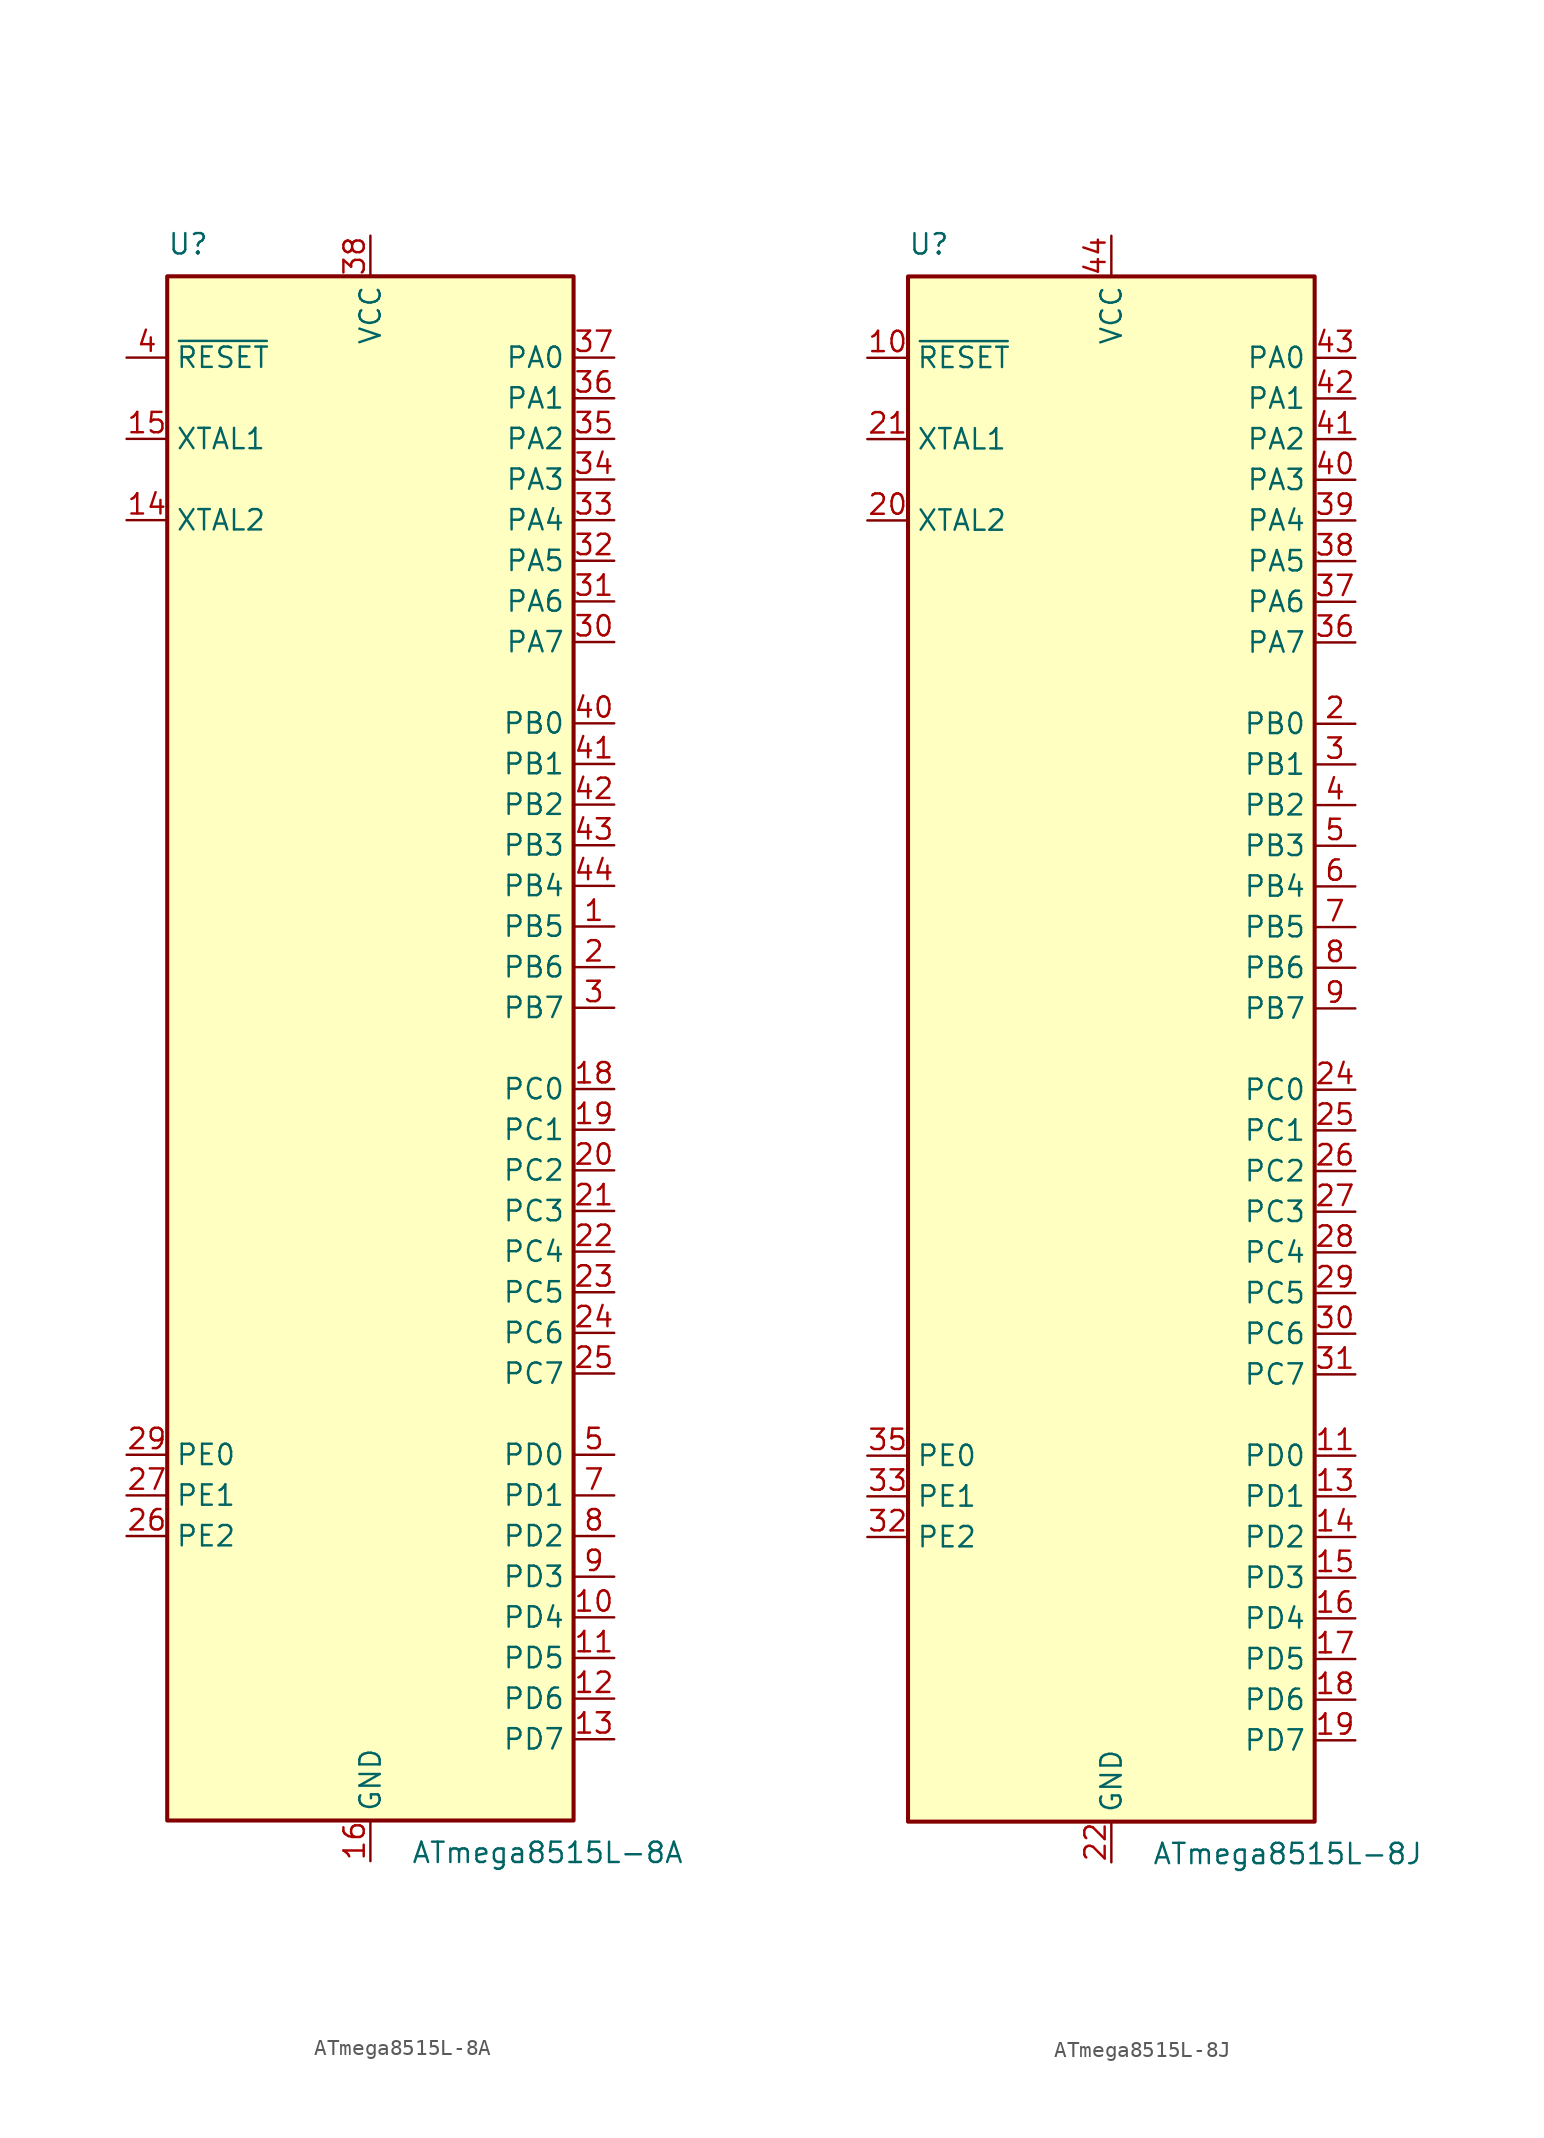
<source format=kicad_sym>
(kicad_symbol_lib
  (version 20201005)
  (generator kicad_symbol_editor)
  (symbol "ATmega8515L-8A"
    (property "Reference" "U"
      (at -12.7 49.53 0)
      (effects (font (size 1.27 1.27)) (justify left bottom)))
    (property "Value" "ATmega8515L-8A"
      (at 2.54 -49.53 0)
      (effects (font (size 1.27 1.27)) (justify left top)))
    (symbol "ATmega8515L-8A_0_1"
      (rectangle (start -12.7 -48.26) (end 12.7 48.26) (stroke (width 0.254)) (fill (type background))))
    (symbol "ATmega8515L-8A_1_1"
      (pin bidirectional line (at 15.24 7.62 180) (length 2.54) (name "PB5" (effects (font (size 1.27 1.27)))) (number "1" (effects (font (size 1.27 1.27)))))
      (pin bidirectional line (at 15.24 -35.56 180) (length 2.54) (name "PD4" (effects (font (size 1.27 1.27)))) (number "10" (effects (font (size 1.27 1.27)))))
      (pin bidirectional line (at 15.24 -38.1 180) (length 2.54) (name "PD5" (effects (font (size 1.27 1.27)))) (number "11" (effects (font (size 1.27 1.27)))))
      (pin bidirectional line (at 15.24 -40.64 180) (length 2.54) (name "PD6" (effects (font (size 1.27 1.27)))) (number "12" (effects (font (size 1.27 1.27)))))
      (pin bidirectional line (at 15.24 -43.18 180) (length 2.54) (name "PD7" (effects (font (size 1.27 1.27)))) (number "13" (effects (font (size 1.27 1.27)))))
      (pin output line (at -15.24 33.02 0) (length 2.54) (name "XTAL2" (effects (font (size 1.27 1.27)))) (number "14" (effects (font (size 1.27 1.27)))))
      (pin input line (at -15.24 38.1 0) (length 2.54) (name "XTAL1" (effects (font (size 1.27 1.27)))) (number "15" (effects (font (size 1.27 1.27)))))
      (pin power_in line (at 0 -50.8 90) (length 2.54) (name "GND" (effects (font (size 1.27 1.27)))) (number "16" (effects (font (size 1.27 1.27)))))
      (pin no_connect line (at -12.7 -40.64 0) (length 2.54) hide (name "NC" (effects (font (size 1.27 1.27)))) (number "17" (effects (font (size 1.27 1.27)))))
      (pin bidirectional line (at 15.24 -2.54 180) (length 2.54) (name "PC0" (effects (font (size 1.27 1.27)))) (number "18" (effects (font (size 1.27 1.27)))))
      (pin bidirectional line (at 15.24 -5.08 180) (length 2.54) (name "PC1" (effects (font (size 1.27 1.27)))) (number "19" (effects (font (size 1.27 1.27)))))
      (pin bidirectional line (at 15.24 5.08 180) (length 2.54) (name "PB6" (effects (font (size 1.27 1.27)))) (number "2" (effects (font (size 1.27 1.27)))))
      (pin bidirectional line (at 15.24 -7.62 180) (length 2.54) (name "PC2" (effects (font (size 1.27 1.27)))) (number "20" (effects (font (size 1.27 1.27)))))
      (pin bidirectional line (at 15.24 -10.16 180) (length 2.54) (name "PC3" (effects (font (size 1.27 1.27)))) (number "21" (effects (font (size 1.27 1.27)))))
      (pin bidirectional line (at 15.24 -12.7 180) (length 2.54) (name "PC4" (effects (font (size 1.27 1.27)))) (number "22" (effects (font (size 1.27 1.27)))))
      (pin bidirectional line (at 15.24 -15.24 180) (length 2.54) (name "PC5" (effects (font (size 1.27 1.27)))) (number "23" (effects (font (size 1.27 1.27)))))
      (pin bidirectional line (at 15.24 -17.78 180) (length 2.54) (name "PC6" (effects (font (size 1.27 1.27)))) (number "24" (effects (font (size 1.27 1.27)))))
      (pin bidirectional line (at 15.24 -20.32 180) (length 2.54) (name "PC7" (effects (font (size 1.27 1.27)))) (number "25" (effects (font (size 1.27 1.27)))))
      (pin bidirectional line (at -15.24 -30.48 0) (length 2.54) (name "PE2" (effects (font (size 1.27 1.27)))) (number "26" (effects (font (size 1.27 1.27)))))
      (pin bidirectional line (at -15.24 -27.94 0) (length 2.54) (name "PE1" (effects (font (size 1.27 1.27)))) (number "27" (effects (font (size 1.27 1.27)))))
      (pin no_connect line (at -12.7 -43.18 0) (length 2.54) hide (name "NC" (effects (font (size 1.27 1.27)))) (number "28" (effects (font (size 1.27 1.27)))))
      (pin bidirectional line (at -15.24 -25.4 0) (length 2.54) (name "PE0" (effects (font (size 1.27 1.27)))) (number "29" (effects (font (size 1.27 1.27)))))
      (pin bidirectional line (at 15.24 2.54 180) (length 2.54) (name "PB7" (effects (font (size 1.27 1.27)))) (number "3" (effects (font (size 1.27 1.27)))))
      (pin bidirectional line (at 15.24 25.4 180) (length 2.54) (name "PA7" (effects (font (size 1.27 1.27)))) (number "30" (effects (font (size 1.27 1.27)))))
      (pin bidirectional line (at 15.24 27.94 180) (length 2.54) (name "PA6" (effects (font (size 1.27 1.27)))) (number "31" (effects (font (size 1.27 1.27)))))
      (pin bidirectional line (at 15.24 30.48 180) (length 2.54) (name "PA5" (effects (font (size 1.27 1.27)))) (number "32" (effects (font (size 1.27 1.27)))))
      (pin bidirectional line (at 15.24 33.02 180) (length 2.54) (name "PA4" (effects (font (size 1.27 1.27)))) (number "33" (effects (font (size 1.27 1.27)))))
      (pin bidirectional line (at 15.24 35.56 180) (length 2.54) (name "PA3" (effects (font (size 1.27 1.27)))) (number "34" (effects (font (size 1.27 1.27)))))
      (pin bidirectional line (at 15.24 38.1 180) (length 2.54) (name "PA2" (effects (font (size 1.27 1.27)))) (number "35" (effects (font (size 1.27 1.27)))))
      (pin bidirectional line (at 15.24 40.64 180) (length 2.54) (name "PA1" (effects (font (size 1.27 1.27)))) (number "36" (effects (font (size 1.27 1.27)))))
      (pin bidirectional line (at 15.24 43.18 180) (length 2.54) (name "PA0" (effects (font (size 1.27 1.27)))) (number "37" (effects (font (size 1.27 1.27)))))
      (pin power_in line (at 0 50.8 270) (length 2.54) (name "VCC" (effects (font (size 1.27 1.27)))) (number "38" (effects (font (size 1.27 1.27)))))
      (pin no_connect line (at -12.7 -45.72 0) (length 2.54) hide (name "NC" (effects (font (size 1.27 1.27)))) (number "39" (effects (font (size 1.27 1.27)))))
      (pin input line (at -15.24 43.18 0) (length 2.54) (name "~RESET" (effects (font (size 1.27 1.27)))) (number "4" (effects (font (size 1.27 1.27)))))
      (pin bidirectional line (at 15.24 20.32 180) (length 2.54) (name "PB0" (effects (font (size 1.27 1.27)))) (number "40" (effects (font (size 1.27 1.27)))))
      (pin bidirectional line (at 15.24 17.78 180) (length 2.54) (name "PB1" (effects (font (size 1.27 1.27)))) (number "41" (effects (font (size 1.27 1.27)))))
      (pin bidirectional line (at 15.24 15.24 180) (length 2.54) (name "PB2" (effects (font (size 1.27 1.27)))) (number "42" (effects (font (size 1.27 1.27)))))
      (pin bidirectional line (at 15.24 12.7 180) (length 2.54) (name "PB3" (effects (font (size 1.27 1.27)))) (number "43" (effects (font (size 1.27 1.27)))))
      (pin bidirectional line (at 15.24 10.16 180) (length 2.54) (name "PB4" (effects (font (size 1.27 1.27)))) (number "44" (effects (font (size 1.27 1.27)))))
      (pin bidirectional line (at 15.24 -25.4 180) (length 2.54) (name "PD0" (effects (font (size 1.27 1.27)))) (number "5" (effects (font (size 1.27 1.27)))))
      (pin no_connect line (at -12.7 -38.1 0) (length 2.54) hide (name "NC" (effects (font (size 1.27 1.27)))) (number "6" (effects (font (size 1.27 1.27)))))
      (pin bidirectional line (at 15.24 -27.94 180) (length 2.54) (name "PD1" (effects (font (size 1.27 1.27)))) (number "7" (effects (font (size 1.27 1.27)))))
      (pin bidirectional line (at 15.24 -30.48 180) (length 2.54) (name "PD2" (effects (font (size 1.27 1.27)))) (number "8" (effects (font (size 1.27 1.27)))))
      (pin bidirectional line (at 15.24 -33.02 180) (length 2.54) (name "PD3" (effects (font (size 1.27 1.27)))) (number "9" (effects (font (size 1.27 1.27)))))))
  (symbol "ATmega8515L-8J"
    (property "Reference" "U"
      (at -12.7 49.53 0)
      (effects (font (size 1.27 1.27)) (justify left bottom)))
    (property "Value" "ATmega8515L-8J"
      (at 2.54 -49.53 0)
      (effects (font (size 1.27 1.27)) (justify left top)))
    (symbol "ATmega8515L-8J_0_1"
      (rectangle (start -12.7 -48.26) (end 12.7 48.26) (stroke (width 0.254)) (fill (type background))))
    (symbol "ATmega8515L-8J_1_1"
      (pin no_connect line (at -12.7 -38.1 0) (length 2.54) hide (name "NC" (effects (font (size 1.27 1.27)))) (number "1" (effects (font (size 1.27 1.27)))))
      (pin input line (at -15.24 43.18 0) (length 2.54) (name "~RESET" (effects (font (size 1.27 1.27)))) (number "10" (effects (font (size 1.27 1.27)))))
      (pin bidirectional line (at 15.24 -25.4 180) (length 2.54) (name "PD0" (effects (font (size 1.27 1.27)))) (number "11" (effects (font (size 1.27 1.27)))))
      (pin no_connect line (at -12.7 -40.64 0) (length 2.54) hide (name "NC" (effects (font (size 1.27 1.27)))) (number "12" (effects (font (size 1.27 1.27)))))
      (pin bidirectional line (at 15.24 -27.94 180) (length 2.54) (name "PD1" (effects (font (size 1.27 1.27)))) (number "13" (effects (font (size 1.27 1.27)))))
      (pin bidirectional line (at 15.24 -30.48 180) (length 2.54) (name "PD2" (effects (font (size 1.27 1.27)))) (number "14" (effects (font (size 1.27 1.27)))))
      (pin bidirectional line (at 15.24 -33.02 180) (length 2.54) (name "PD3" (effects (font (size 1.27 1.27)))) (number "15" (effects (font (size 1.27 1.27)))))
      (pin bidirectional line (at 15.24 -35.56 180) (length 2.54) (name "PD4" (effects (font (size 1.27 1.27)))) (number "16" (effects (font (size 1.27 1.27)))))
      (pin bidirectional line (at 15.24 -38.1 180) (length 2.54) (name "PD5" (effects (font (size 1.27 1.27)))) (number "17" (effects (font (size 1.27 1.27)))))
      (pin bidirectional line (at 15.24 -40.64 180) (length 2.54) (name "PD6" (effects (font (size 1.27 1.27)))) (number "18" (effects (font (size 1.27 1.27)))))
      (pin bidirectional line (at 15.24 -43.18 180) (length 2.54) (name "PD7" (effects (font (size 1.27 1.27)))) (number "19" (effects (font (size 1.27 1.27)))))
      (pin bidirectional line (at 15.24 20.32 180) (length 2.54) (name "PB0" (effects (font (size 1.27 1.27)))) (number "2" (effects (font (size 1.27 1.27)))))
      (pin output line (at -15.24 33.02 0) (length 2.54) (name "XTAL2" (effects (font (size 1.27 1.27)))) (number "20" (effects (font (size 1.27 1.27)))))
      (pin input line (at -15.24 38.1 0) (length 2.54) (name "XTAL1" (effects (font (size 1.27 1.27)))) (number "21" (effects (font (size 1.27 1.27)))))
      (pin power_in line (at 0 -50.8 90) (length 2.54) (name "GND" (effects (font (size 1.27 1.27)))) (number "22" (effects (font (size 1.27 1.27)))))
      (pin no_connect line (at -12.7 -43.18 0) (length 2.54) hide (name "NC" (effects (font (size 1.27 1.27)))) (number "23" (effects (font (size 1.27 1.27)))))
      (pin bidirectional line (at 15.24 -2.54 180) (length 2.54) (name "PC0" (effects (font (size 1.27 1.27)))) (number "24" (effects (font (size 1.27 1.27)))))
      (pin bidirectional line (at 15.24 -5.08 180) (length 2.54) (name "PC1" (effects (font (size 1.27 1.27)))) (number "25" (effects (font (size 1.27 1.27)))))
      (pin bidirectional line (at 15.24 -7.62 180) (length 2.54) (name "PC2" (effects (font (size 1.27 1.27)))) (number "26" (effects (font (size 1.27 1.27)))))
      (pin bidirectional line (at 15.24 -10.16 180) (length 2.54) (name "PC3" (effects (font (size 1.27 1.27)))) (number "27" (effects (font (size 1.27 1.27)))))
      (pin bidirectional line (at 15.24 -12.7 180) (length 2.54) (name "PC4" (effects (font (size 1.27 1.27)))) (number "28" (effects (font (size 1.27 1.27)))))
      (pin bidirectional line (at 15.24 -15.24 180) (length 2.54) (name "PC5" (effects (font (size 1.27 1.27)))) (number "29" (effects (font (size 1.27 1.27)))))
      (pin bidirectional line (at 15.24 17.78 180) (length 2.54) (name "PB1" (effects (font (size 1.27 1.27)))) (number "3" (effects (font (size 1.27 1.27)))))
      (pin bidirectional line (at 15.24 -17.78 180) (length 2.54) (name "PC6" (effects (font (size 1.27 1.27)))) (number "30" (effects (font (size 1.27 1.27)))))
      (pin bidirectional line (at 15.24 -20.32 180) (length 2.54) (name "PC7" (effects (font (size 1.27 1.27)))) (number "31" (effects (font (size 1.27 1.27)))))
      (pin bidirectional line (at -15.24 -30.48 0) (length 2.54) (name "PE2" (effects (font (size 1.27 1.27)))) (number "32" (effects (font (size 1.27 1.27)))))
      (pin bidirectional line (at -15.24 -27.94 0) (length 2.54) (name "PE1" (effects (font (size 1.27 1.27)))) (number "33" (effects (font (size 1.27 1.27)))))
      (pin no_connect line (at -12.7 -45.72 0) (length 2.54) hide (name "NC" (effects (font (size 1.27 1.27)))) (number "34" (effects (font (size 1.27 1.27)))))
      (pin bidirectional line (at -15.24 -25.4 0) (length 2.54) (name "PE0" (effects (font (size 1.27 1.27)))) (number "35" (effects (font (size 1.27 1.27)))))
      (pin bidirectional line (at 15.24 25.4 180) (length 2.54) (name "PA7" (effects (font (size 1.27 1.27)))) (number "36" (effects (font (size 1.27 1.27)))))
      (pin bidirectional line (at 15.24 27.94 180) (length 2.54) (name "PA6" (effects (font (size 1.27 1.27)))) (number "37" (effects (font (size 1.27 1.27)))))
      (pin bidirectional line (at 15.24 30.48 180) (length 2.54) (name "PA5" (effects (font (size 1.27 1.27)))) (number "38" (effects (font (size 1.27 1.27)))))
      (pin bidirectional line (at 15.24 33.02 180) (length 2.54) (name "PA4" (effects (font (size 1.27 1.27)))) (number "39" (effects (font (size 1.27 1.27)))))
      (pin bidirectional line (at 15.24 15.24 180) (length 2.54) (name "PB2" (effects (font (size 1.27 1.27)))) (number "4" (effects (font (size 1.27 1.27)))))
      (pin bidirectional line (at 15.24 35.56 180) (length 2.54) (name "PA3" (effects (font (size 1.27 1.27)))) (number "40" (effects (font (size 1.27 1.27)))))
      (pin bidirectional line (at 15.24 38.1 180) (length 2.54) (name "PA2" (effects (font (size 1.27 1.27)))) (number "41" (effects (font (size 1.27 1.27)))))
      (pin bidirectional line (at 15.24 40.64 180) (length 2.54) (name "PA1" (effects (font (size 1.27 1.27)))) (number "42" (effects (font (size 1.27 1.27)))))
      (pin bidirectional line (at 15.24 43.18 180) (length 2.54) (name "PA0" (effects (font (size 1.27 1.27)))) (number "43" (effects (font (size 1.27 1.27)))))
      (pin power_in line (at 0 50.8 270) (length 2.54) (name "VCC" (effects (font (size 1.27 1.27)))) (number "44" (effects (font (size 1.27 1.27)))))
      (pin bidirectional line (at 15.24 12.7 180) (length 2.54) (name "PB3" (effects (font (size 1.27 1.27)))) (number "5" (effects (font (size 1.27 1.27)))))
      (pin bidirectional line (at 15.24 10.16 180) (length 2.54) (name "PB4" (effects (font (size 1.27 1.27)))) (number "6" (effects (font (size 1.27 1.27)))))
      (pin bidirectional line (at 15.24 7.62 180) (length 2.54) (name "PB5" (effects (font (size 1.27 1.27)))) (number "7" (effects (font (size 1.27 1.27)))))
      (pin bidirectional line (at 15.24 5.08 180) (length 2.54) (name "PB6" (effects (font (size 1.27 1.27)))) (number "8" (effects (font (size 1.27 1.27)))))
      (pin bidirectional line (at 15.24 2.54 180) (length 2.54) (name "PB7" (effects (font (size 1.27 1.27)))) (number "9" (effects (font (size 1.27 1.27))))))))
</source>
